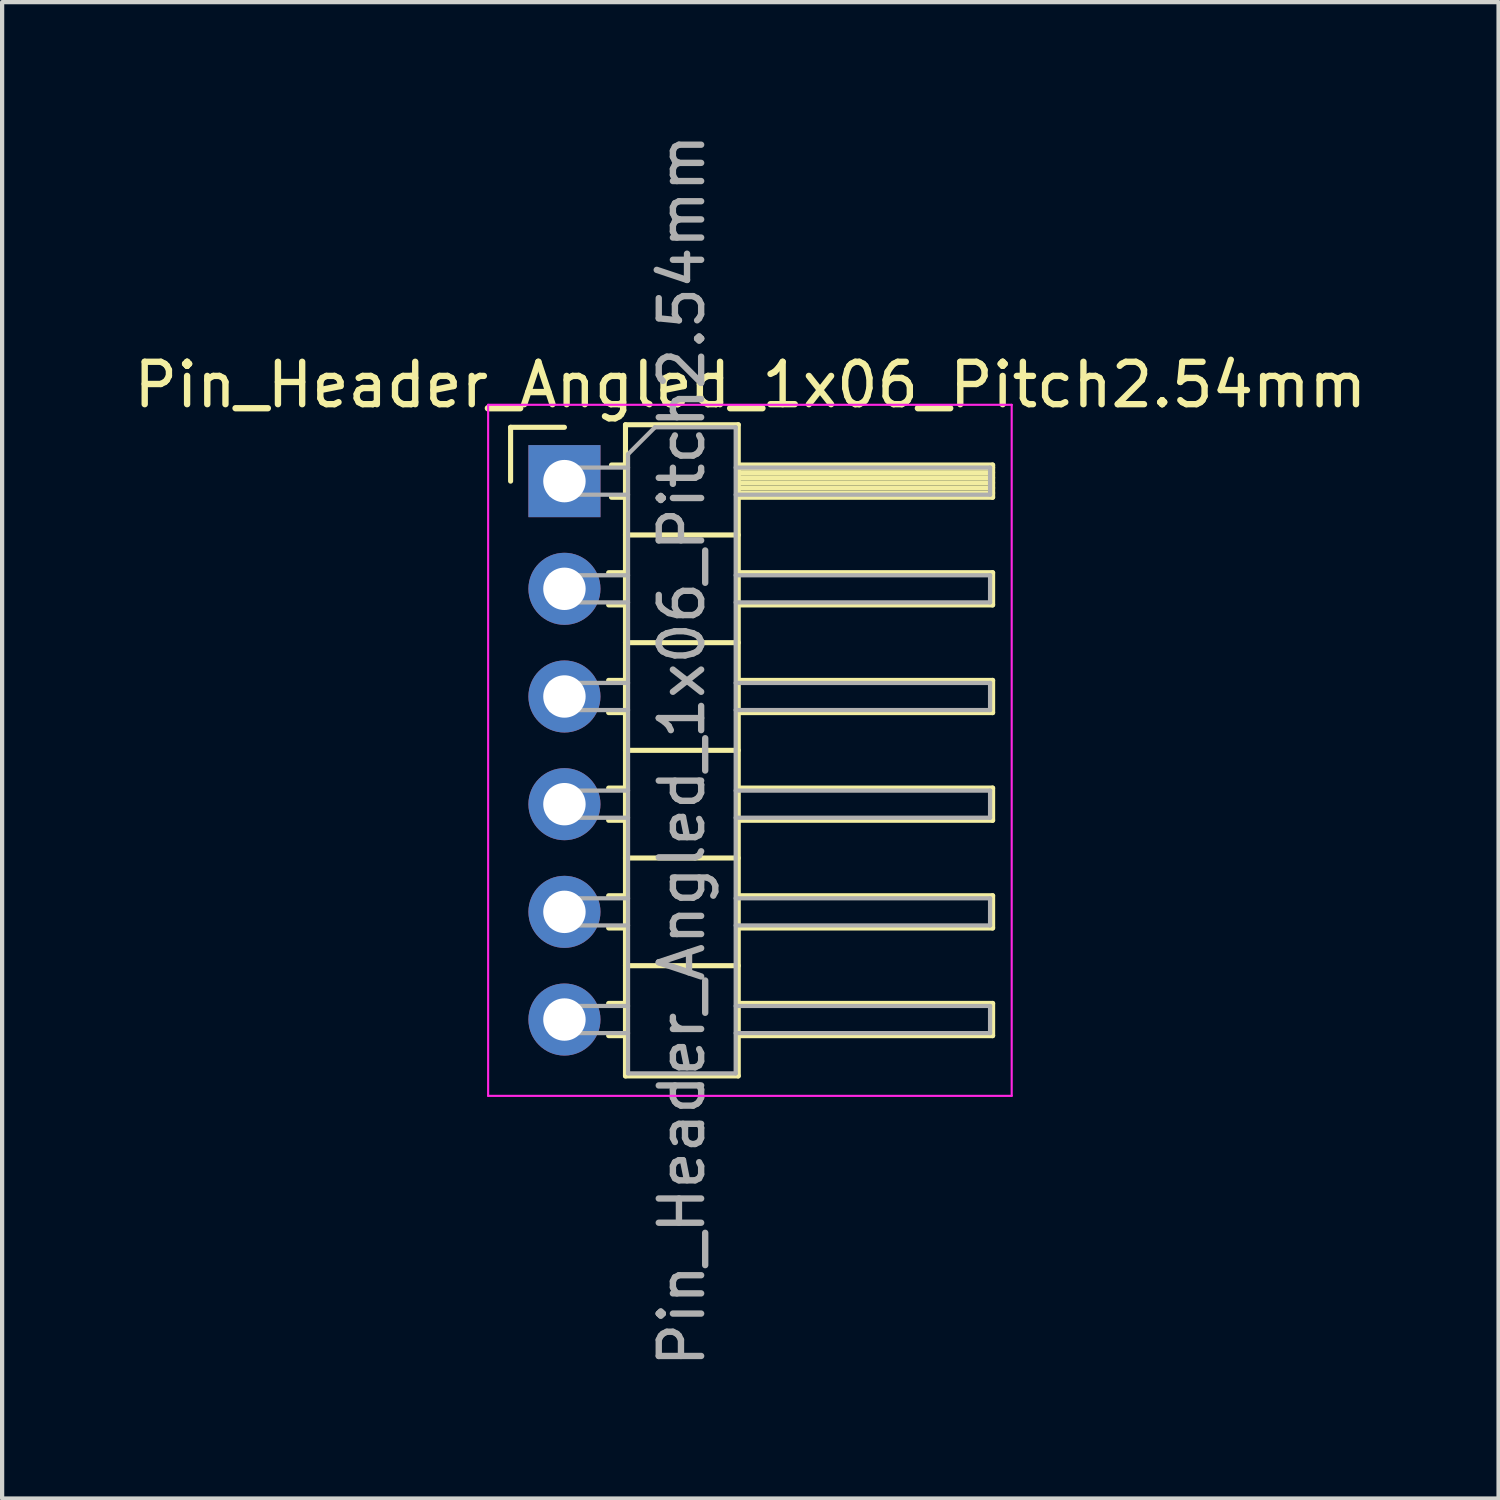
<source format=kicad_pcb>
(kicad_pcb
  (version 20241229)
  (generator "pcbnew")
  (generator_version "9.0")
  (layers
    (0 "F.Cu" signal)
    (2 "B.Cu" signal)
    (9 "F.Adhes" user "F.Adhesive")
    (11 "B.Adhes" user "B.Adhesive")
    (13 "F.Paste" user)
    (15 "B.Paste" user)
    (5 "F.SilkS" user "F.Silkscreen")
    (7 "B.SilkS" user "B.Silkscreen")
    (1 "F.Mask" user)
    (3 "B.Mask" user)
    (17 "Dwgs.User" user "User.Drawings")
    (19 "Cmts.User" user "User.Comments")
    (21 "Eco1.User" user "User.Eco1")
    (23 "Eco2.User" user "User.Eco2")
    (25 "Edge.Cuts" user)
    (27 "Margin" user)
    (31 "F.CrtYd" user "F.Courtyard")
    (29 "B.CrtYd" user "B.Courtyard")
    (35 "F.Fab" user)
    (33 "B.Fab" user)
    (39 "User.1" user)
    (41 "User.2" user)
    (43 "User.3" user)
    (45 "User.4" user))
  (footprint "Pin_Header_Angled_1x06_Pitch2.54mm"
    (layer "F.Cu")
    (at 10.264 8.299)
    (property "Reference" "Pin_Header_Angled_1x06_Pitch2.54mm" (at 4.385 -2.27 0) (layer "F.SilkS") (effects (font (size 1 1) (thickness 0.15))))
    (attr through_hole)
    (fp_line (start -1.27 -1.27) (end 0 -1.27) (stroke (width 0.12) (type solid)) (layer "F.SilkS"))
    (fp_line (start -1.27 0) (end -1.27 -1.27) (stroke (width 0.12) (type solid)) (layer "F.SilkS"))
    (fp_line (start 1.043 2.16) (end 1.44 2.16) (stroke (width 0.12) (type solid)) (layer "F.SilkS"))
    (fp_line (start 1.043 2.92) (end 1.44 2.92) (stroke (width 0.12) (type solid)) (layer "F.SilkS"))
    (fp_line (start 1.043 4.7) (end 1.44 4.7) (stroke (width 0.12) (type solid)) (layer "F.SilkS"))
    (fp_line (start 1.043 5.46) (end 1.44 5.46) (stroke (width 0.12) (type solid)) (layer "F.SilkS"))
    (fp_line (start 1.043 7.24) (end 1.44 7.24) (stroke (width 0.12) (type solid)) (layer "F.SilkS"))
    (fp_line (start 1.043 8) (end 1.44 8) (stroke (width 0.12) (type solid)) (layer "F.SilkS"))
    (fp_line (start 1.043 9.78) (end 1.44 9.78) (stroke (width 0.12) (type solid)) (layer "F.SilkS"))
    (fp_line (start 1.043 10.54) (end 1.44 10.54) (stroke (width 0.12) (type solid)) (layer "F.SilkS"))
    (fp_line (start 1.043 12.32) (end 1.44 12.32) (stroke (width 0.12) (type solid)) (layer "F.SilkS"))
    (fp_line (start 1.043 13.08) (end 1.44 13.08) (stroke (width 0.12) (type solid)) (layer "F.SilkS"))
    (fp_line (start 1.11 -0.38) (end 1.44 -0.38) (stroke (width 0.12) (type solid)) (layer "F.SilkS"))
    (fp_line (start 1.11 0.38) (end 1.44 0.38) (stroke (width 0.12) (type solid)) (layer "F.SilkS"))
    (fp_line (start 1.44 -1.33) (end 1.44 14.03) (stroke (width 0.12) (type solid)) (layer "F.SilkS"))
    (fp_line (start 1.44 1.27) (end 4.1 1.27) (stroke (width 0.12) (type solid)) (layer "F.SilkS"))
    (fp_line (start 1.44 3.81) (end 4.1 3.81) (stroke (width 0.12) (type solid)) (layer "F.SilkS"))
    (fp_line (start 1.44 6.35) (end 4.1 6.35) (stroke (width 0.12) (type solid)) (layer "F.SilkS"))
    (fp_line (start 1.44 8.89) (end 4.1 8.89) (stroke (width 0.12) (type solid)) (layer "F.SilkS"))
    (fp_line (start 1.44 11.43) (end 4.1 11.43) (stroke (width 0.12) (type solid)) (layer "F.SilkS"))
    (fp_line (start 1.44 14.03) (end 4.1 14.03) (stroke (width 0.12) (type solid)) (layer "F.SilkS"))
    (fp_line (start 4.1 -1.33) (end 1.44 -1.33) (stroke (width 0.12) (type solid)) (layer "F.SilkS"))
    (fp_line (start 4.1 -0.38) (end 10.1 -0.38) (stroke (width 0.12) (type solid)) (layer "F.SilkS"))
    (fp_line (start 4.1 -0.32) (end 10.1 -0.32) (stroke (width 0.12) (type solid)) (layer "F.SilkS"))
    (fp_line (start 4.1 -0.2) (end 10.1 -0.2) (stroke (width 0.12) (type solid)) (layer "F.SilkS"))
    (fp_line (start 4.1 -0.08) (end 10.1 -0.08) (stroke (width 0.12) (type solid)) (layer "F.SilkS"))
    (fp_line (start 4.1 0.04) (end 10.1 0.04) (stroke (width 0.12) (type solid)) (layer "F.SilkS"))
    (fp_line (start 4.1 0.16) (end 10.1 0.16) (stroke (width 0.12) (type solid)) (layer "F.SilkS"))
    (fp_line (start 4.1 0.28) (end 10.1 0.28) (stroke (width 0.12) (type solid)) (layer "F.SilkS"))
    (fp_line (start 4.1 2.16) (end 10.1 2.16) (stroke (width 0.12) (type solid)) (layer "F.SilkS"))
    (fp_line (start 4.1 4.7) (end 10.1 4.7) (stroke (width 0.12) (type solid)) (layer "F.SilkS"))
    (fp_line (start 4.1 7.24) (end 10.1 7.24) (stroke (width 0.12) (type solid)) (layer "F.SilkS"))
    (fp_line (start 4.1 9.78) (end 10.1 9.78) (stroke (width 0.12) (type solid)) (layer "F.SilkS"))
    (fp_line (start 4.1 12.32) (end 10.1 12.32) (stroke (width 0.12) (type solid)) (layer "F.SilkS"))
    (fp_line (start 4.1 14.03) (end 4.1 -1.33) (stroke (width 0.12) (type solid)) (layer "F.SilkS"))
    (fp_line (start 10.1 -0.38) (end 10.1 0.38) (stroke (width 0.12) (type solid)) (layer "F.SilkS"))
    (fp_line (start 10.1 0.38) (end 4.1 0.38) (stroke (width 0.12) (type solid)) (layer "F.SilkS"))
    (fp_line (start 10.1 2.16) (end 10.1 2.92) (stroke (width 0.12) (type solid)) (layer "F.SilkS"))
    (fp_line (start 10.1 2.92) (end 4.1 2.92) (stroke (width 0.12) (type solid)) (layer "F.SilkS"))
    (fp_line (start 10.1 4.7) (end 10.1 5.46) (stroke (width 0.12) (type solid)) (layer "F.SilkS"))
    (fp_line (start 10.1 5.46) (end 4.1 5.46) (stroke (width 0.12) (type solid)) (layer "F.SilkS"))
    (fp_line (start 10.1 7.24) (end 10.1 8) (stroke (width 0.12) (type solid)) (layer "F.SilkS"))
    (fp_line (start 10.1 8) (end 4.1 8) (stroke (width 0.12) (type solid)) (layer "F.SilkS"))
    (fp_line (start 10.1 9.78) (end 10.1 10.54) (stroke (width 0.12) (type solid)) (layer "F.SilkS"))
    (fp_line (start 10.1 10.54) (end 4.1 10.54) (stroke (width 0.12) (type solid)) (layer "F.SilkS"))
    (fp_line (start 10.1 12.32) (end 10.1 13.08) (stroke (width 0.12) (type solid)) (layer "F.SilkS"))
    (fp_line (start 10.1 13.08) (end 4.1 13.08) (stroke (width 0.12) (type solid)) (layer "F.SilkS"))
    (fp_line (start -1.8 -1.8) (end -1.8 14.5) (stroke (width 0.05) (type solid)) (layer "F.CrtYd"))
    (fp_line (start -1.8 14.5) (end 10.55 14.5) (stroke (width 0.05) (type solid)) (layer "F.CrtYd"))
    (fp_line (start 10.55 -1.8) (end -1.8 -1.8) (stroke (width 0.05) (type solid)) (layer "F.CrtYd"))
    (fp_line (start 10.55 14.5) (end 10.55 -1.8) (stroke (width 0.05) (type solid)) (layer "F.CrtYd"))
    (fp_line (start -0.32 -0.32) (end -0.32 0.32) (stroke (width 0.1) (type solid)) (layer "F.Fab"))
    (fp_line (start -0.32 -0.32) (end 1.5 -0.32) (stroke (width 0.1) (type solid)) (layer "F.Fab"))
    (fp_line (start -0.32 0.32) (end 1.5 0.32) (stroke (width 0.1) (type solid)) (layer "F.Fab"))
    (fp_line (start -0.32 2.22) (end -0.32 2.86) (stroke (width 0.1) (type solid)) (layer "F.Fab"))
    (fp_line (start -0.32 2.22) (end 1.5 2.22) (stroke (width 0.1) (type solid)) (layer "F.Fab"))
    (fp_line (start -0.32 2.86) (end 1.5 2.86) (stroke (width 0.1) (type solid)) (layer "F.Fab"))
    (fp_line (start -0.32 4.76) (end -0.32 5.4) (stroke (width 0.1) (type solid)) (layer "F.Fab"))
    (fp_line (start -0.32 4.76) (end 1.5 4.76) (stroke (width 0.1) (type solid)) (layer "F.Fab"))
    (fp_line (start -0.32 5.4) (end 1.5 5.4) (stroke (width 0.1) (type solid)) (layer "F.Fab"))
    (fp_line (start -0.32 7.3) (end -0.32 7.94) (stroke (width 0.1) (type solid)) (layer "F.Fab"))
    (fp_line (start -0.32 7.3) (end 1.5 7.3) (stroke (width 0.1) (type solid)) (layer "F.Fab"))
    (fp_line (start -0.32 7.94) (end 1.5 7.94) (stroke (width 0.1) (type solid)) (layer "F.Fab"))
    (fp_line (start -0.32 9.84) (end -0.32 10.48) (stroke (width 0.1) (type solid)) (layer "F.Fab"))
    (fp_line (start -0.32 9.84) (end 1.5 9.84) (stroke (width 0.1) (type solid)) (layer "F.Fab"))
    (fp_line (start -0.32 10.48) (end 1.5 10.48) (stroke (width 0.1) (type solid)) (layer "F.Fab"))
    (fp_line (start -0.32 12.38) (end -0.32 13.02) (stroke (width 0.1) (type solid)) (layer "F.Fab"))
    (fp_line (start -0.32 12.38) (end 1.5 12.38) (stroke (width 0.1) (type solid)) (layer "F.Fab"))
    (fp_line (start -0.32 13.02) (end 1.5 13.02) (stroke (width 0.1) (type solid)) (layer "F.Fab"))
    (fp_line (start 1.5 -0.635) (end 2.135 -1.27) (stroke (width 0.1) (type solid)) (layer "F.Fab"))
    (fp_line (start 1.5 13.97) (end 1.5 -0.635) (stroke (width 0.1) (type solid)) (layer "F.Fab"))
    (fp_line (start 2.135 -1.27) (end 4.04 -1.27) (stroke (width 0.1) (type solid)) (layer "F.Fab"))
    (fp_line (start 4.04 -1.27) (end 4.04 13.97) (stroke (width 0.1) (type solid)) (layer "F.Fab"))
    (fp_line (start 4.04 -0.32) (end 10.04 -0.32) (stroke (width 0.1) (type solid)) (layer "F.Fab"))
    (fp_line (start 4.04 0.32) (end 10.04 0.32) (stroke (width 0.1) (type solid)) (layer "F.Fab"))
    (fp_line (start 4.04 2.22) (end 10.04 2.22) (stroke (width 0.1) (type solid)) (layer "F.Fab"))
    (fp_line (start 4.04 2.86) (end 10.04 2.86) (stroke (width 0.1) (type solid)) (layer "F.Fab"))
    (fp_line (start 4.04 4.76) (end 10.04 4.76) (stroke (width 0.1) (type solid)) (layer "F.Fab"))
    (fp_line (start 4.04 5.4) (end 10.04 5.4) (stroke (width 0.1) (type solid)) (layer "F.Fab"))
    (fp_line (start 4.04 7.3) (end 10.04 7.3) (stroke (width 0.1) (type solid)) (layer "F.Fab"))
    (fp_line (start 4.04 7.94) (end 10.04 7.94) (stroke (width 0.1) (type solid)) (layer "F.Fab"))
    (fp_line (start 4.04 9.84) (end 10.04 9.84) (stroke (width 0.1) (type solid)) (layer "F.Fab"))
    (fp_line (start 4.04 10.48) (end 10.04 10.48) (stroke (width 0.1) (type solid)) (layer "F.Fab"))
    (fp_line (start 4.04 12.38) (end 10.04 12.38) (stroke (width 0.1) (type solid)) (layer "F.Fab"))
    (fp_line (start 4.04 13.02) (end 10.04 13.02) (stroke (width 0.1) (type solid)) (layer "F.Fab"))
    (fp_line (start 4.04 13.97) (end 1.5 13.97) (stroke (width 0.1) (type solid)) (layer "F.Fab"))
    (fp_line (start 10.04 -0.32) (end 10.04 0.32) (stroke (width 0.1) (type solid)) (layer "F.Fab"))
    (fp_line (start 10.04 2.22) (end 10.04 2.86) (stroke (width 0.1) (type solid)) (layer "F.Fab"))
    (fp_line (start 10.04 4.76) (end 10.04 5.4) (stroke (width 0.1) (type solid)) (layer "F.Fab"))
    (fp_line (start 10.04 7.3) (end 10.04 7.94) (stroke (width 0.1) (type solid)) (layer "F.Fab"))
    (fp_line (start 10.04 9.84) (end 10.04 10.48) (stroke (width 0.1) (type solid)) (layer "F.Fab"))
    (fp_line (start 10.04 12.38) (end 10.04 13.02) (stroke (width 0.1) (type solid)) (layer "F.Fab"))
    (fp_text user "${REFERENCE}" (at 2.77 6.35 90) (layer "F.Fab") (effects (font (size 1 1) (thickness 0.15))))
    (pad "1" thru_hole rect (at 0 0) (size 1.7 1.7) (drill 1) (layers "*.Cu" "*.Mask"))
    (pad "2" thru_hole oval (at 0 2.54) (size 1.7 1.7) (drill 1) (layers "*.Cu" "*.Mask"))
    (pad "3" thru_hole oval (at 0 5.08) (size 1.7 1.7) (drill 1) (layers "*.Cu" "*.Mask"))
    (pad "4" thru_hole oval (at 0 7.62) (size 1.7 1.7) (drill 1) (layers "*.Cu" "*.Mask"))
    (pad "5" thru_hole oval (at 0 10.16) (size 1.7 1.7) (drill 1) (layers "*.Cu" "*.Mask"))
    (pad "6" thru_hole oval (at 0 12.7) (size 1.7 1.7) (drill 1) (layers "*.Cu" "*.Mask")))
  (gr_rect
    (start -3 -3)
    (end 32.298 32.298)
    (stroke (width 0.1) (type default))
    (fill no)
    (layer "Edge.Cuts")))
</source>
